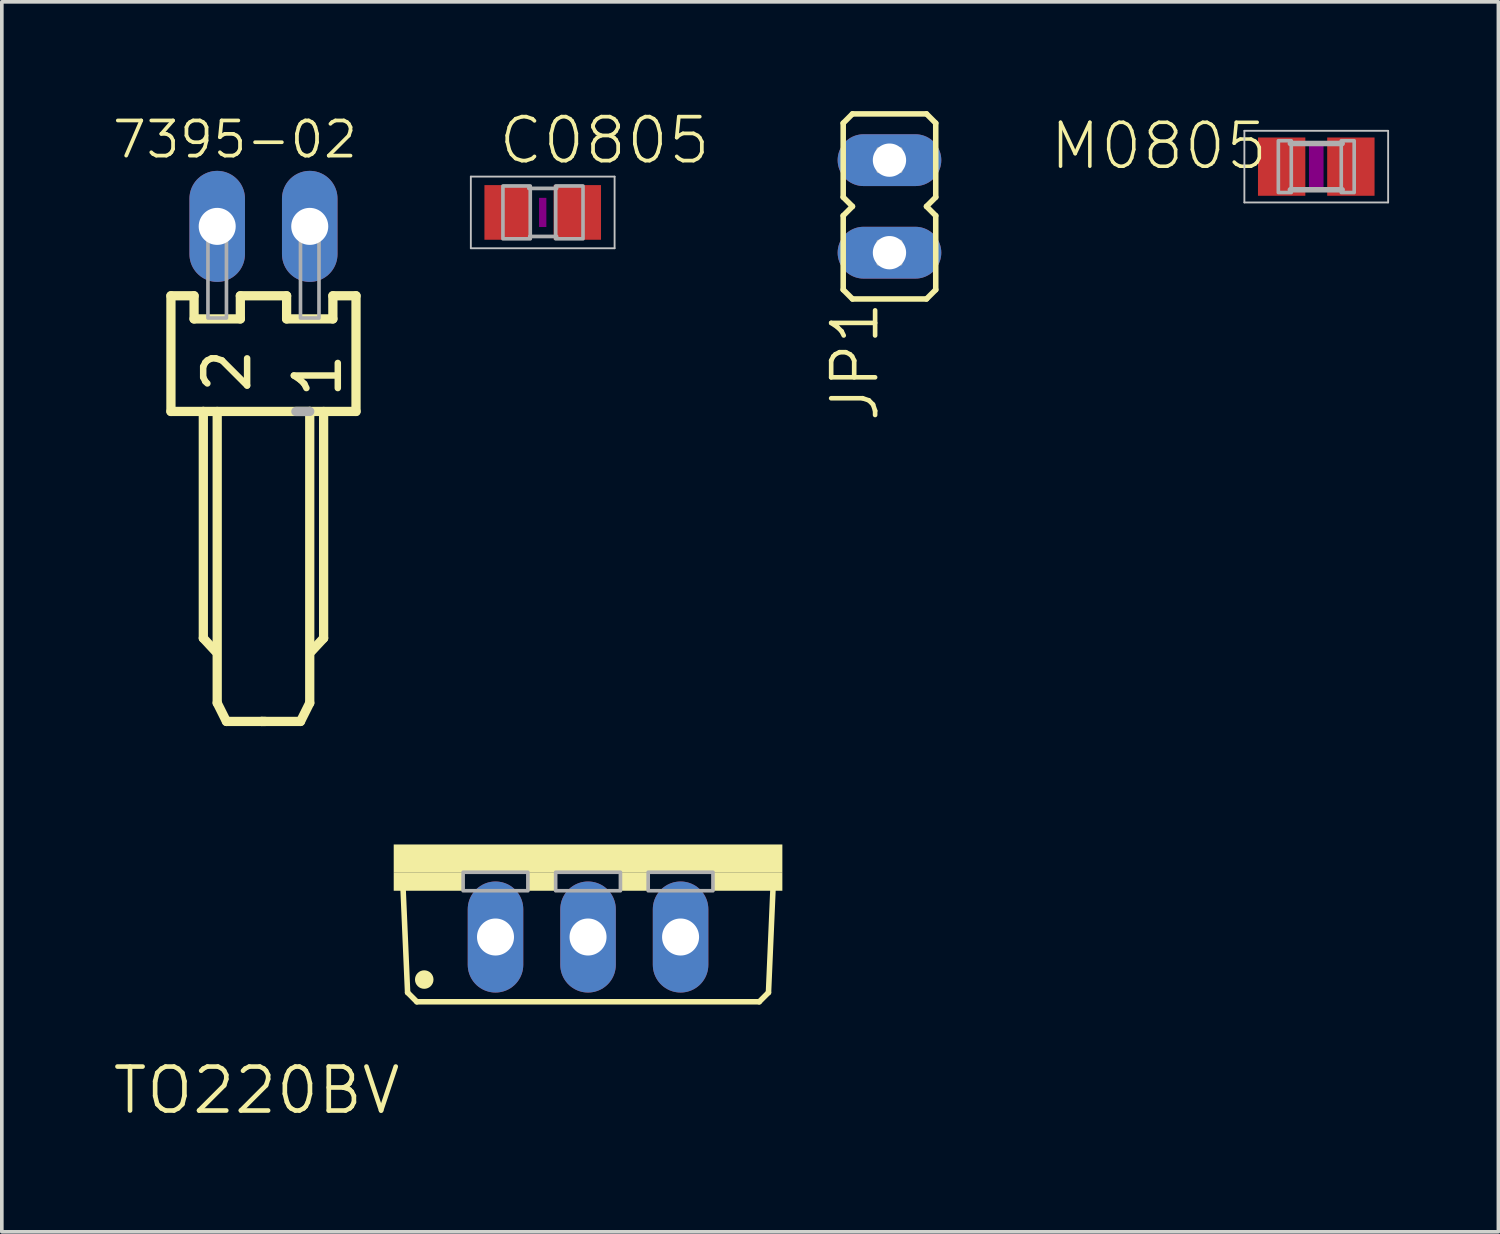
<source format=kicad_pcb>
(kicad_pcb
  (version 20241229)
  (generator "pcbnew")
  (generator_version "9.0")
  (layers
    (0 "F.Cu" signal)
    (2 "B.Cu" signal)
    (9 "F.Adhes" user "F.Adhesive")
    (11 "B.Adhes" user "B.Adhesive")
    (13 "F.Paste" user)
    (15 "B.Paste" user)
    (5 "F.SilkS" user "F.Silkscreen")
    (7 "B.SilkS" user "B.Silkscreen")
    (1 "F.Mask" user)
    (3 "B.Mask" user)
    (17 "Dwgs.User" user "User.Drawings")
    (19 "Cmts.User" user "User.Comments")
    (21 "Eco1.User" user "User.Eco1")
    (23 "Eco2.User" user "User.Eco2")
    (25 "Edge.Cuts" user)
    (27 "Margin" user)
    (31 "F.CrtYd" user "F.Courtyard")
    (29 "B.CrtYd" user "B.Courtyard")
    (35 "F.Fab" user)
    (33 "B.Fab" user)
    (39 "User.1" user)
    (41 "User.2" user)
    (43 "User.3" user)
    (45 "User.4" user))
  (footprint "7395-02"
    (layer "F.Cu")
    (at 4.182 3.164)
    (property "Reference" "7395-02" (at 2.64 -2.948 0) (layer "F.SilkS") (effects (font (size 0.965 0.965) (thickness 0.102)) (justify right top)))
    (attr through_hole)
    (fp_line (start -2.54 1.905) (end -2.54 5.08) (stroke (width 0.254) (type solid)) (layer "F.SilkS"))
    (fp_line (start -2.54 5.08) (end -1.651 5.08) (stroke (width 0.254) (type solid)) (layer "F.SilkS"))
    (fp_line (start -1.905 1.905) (end -2.54 1.905) (stroke (width 0.254) (type solid)) (layer "F.SilkS"))
    (fp_line (start -1.905 2.54) (end -1.905 1.905) (stroke (width 0.254) (type solid)) (layer "F.SilkS"))
    (fp_line (start -1.651 5.08) (end -1.651 11.303) (stroke (width 0.254) (type solid)) (layer "F.SilkS"))
    (fp_line (start -1.651 5.08) (end 1.27 5.08) (stroke (width 0.254) (type solid)) (layer "F.SilkS"))
    (fp_line (start -1.651 11.303) (end -1.321 11.659) (stroke (width 0.254) (type solid)) (layer "F.SilkS"))
    (fp_line (start -1.27 5.08) (end -1.27 13.081) (stroke (width 0.254) (type solid)) (layer "F.SilkS"))
    (fp_line (start -1.27 13.081) (end -1.016 13.589) (stroke (width 0.254) (type solid)) (layer "F.SilkS"))
    (fp_line (start -1.016 13.589) (end -0.051 13.589) (stroke (width 0.254) (type solid)) (layer "F.SilkS"))
    (fp_line (start -0.635 1.905) (end -0.635 2.54) (stroke (width 0.254) (type solid)) (layer "F.SilkS"))
    (fp_line (start -0.635 2.54) (end -1.905 2.54) (stroke (width 0.254) (type solid)) (layer "F.SilkS"))
    (fp_line (start -0.051 13.589) (end 0.051 13.589) (stroke (width 0.254) (type solid)) (layer "F.SilkS"))
    (fp_line (start 0.635 1.905) (end -0.635 1.905) (stroke (width 0.254) (type solid)) (layer "F.SilkS"))
    (fp_line (start 0.635 2.54) (end 0.635 1.905) (stroke (width 0.254) (type solid)) (layer "F.SilkS"))
    (fp_line (start 1.016 13.589) (end -0.051 13.589) (stroke (width 0.254) (type solid)) (layer "F.SilkS"))
    (fp_line (start 1.27 5.08) (end 1.27 13.081) (stroke (width 0.254) (type solid)) (layer "F.SilkS"))
    (fp_line (start 1.27 5.08) (end 2.54 5.08) (stroke (width 0.254) (type solid)) (layer "F.SilkS"))
    (fp_line (start 1.27 13.081) (end 1.016 13.589) (stroke (width 0.254) (type solid)) (layer "F.SilkS"))
    (fp_line (start 1.651 5.08) (end 1.651 11.303) (stroke (width 0.254) (type solid)) (layer "F.SilkS"))
    (fp_line (start 1.651 11.303) (end 1.321 11.659) (stroke (width 0.254) (type solid)) (layer "F.SilkS"))
    (fp_line (start 1.905 1.905) (end 1.905 2.54) (stroke (width 0.254) (type solid)) (layer "F.SilkS"))
    (fp_line (start 1.905 2.54) (end 0.635 2.54) (stroke (width 0.254) (type solid)) (layer "F.SilkS"))
    (fp_line (start 2.54 1.905) (end 1.905 1.905) (stroke (width 0.254) (type solid)) (layer "F.SilkS"))
    (fp_line (start 2.54 5.08) (end 2.54 1.905) (stroke (width 0.254) (type solid)) (layer "F.SilkS"))
    (fp_line (start 1.27 5.08) (end 0.889 5.08) (stroke (width 0.254) (type solid)) (layer "F.Fab"))
    (fp_poly (pts (xy -1.524 0.254) (xy -1.016 0.254) (xy -1.016 -0.254) (xy -1.524 -0.254)) (stroke (width 0.1) (type solid)) (fill no) (layer "F.Fab"))
    (fp_poly (pts (xy -1.524 2.515) (xy -1.016 2.515) (xy -1.016 0.279) (xy -1.524 0.279)) (stroke (width 0.1) (type solid)) (fill no) (layer "F.Fab"))
    (fp_poly (pts (xy 1.016 0.254) (xy 1.524 0.254) (xy 1.524 -0.254) (xy 1.016 -0.254)) (stroke (width 0.1) (type solid)) (fill no) (layer "F.Fab"))
    (fp_poly (pts (xy 1.016 2.515) (xy 1.524 2.515) (xy 1.524 0.279) (xy 1.016 0.279)) (stroke (width 0.1) (type solid)) (fill no) (layer "F.Fab"))
    (fp_text user "1" (at 0.786 3.402 90) (layer "F.SilkS") (effects (font (size 1.206 1.206) (thickness 0.178)) (justify right top)))
    (fp_text user "2" (at -1.703 3.275 90) (layer "F.SilkS") (effects (font (size 1.206 1.206) (thickness 0.178)) (justify right top)))
    (pad "1" thru_hole oval (at 1.27 0 90) (size 3.048 1.524) (drill 1.016) (layers "*.Cu" "*.Mask"))
    (pad "2" thru_hole oval (at -1.27 0 90) (size 3.048 1.524) (drill 1.016) (layers "*.Cu" "*.Mask")))
  (footprint "TO220BV"
    (layer "F.Cu")
    (at 13.091 20.13)
    (property "Reference" "TO220BV" (at -5.08 6.045 0) (layer "F.SilkS") (effects (font (size 1.206 1.206) (thickness 0.127)) (justify right top)))
    (attr through_hole)
    (fp_line (start -4.953 4.064) (end -5.08 1.143) (stroke (width 0.152) (type solid)) (layer "F.SilkS"))
    (fp_line (start -4.953 4.064) (end -4.699 4.318) (stroke (width 0.152) (type solid)) (layer "F.SilkS"))
    (fp_line (start 4.699 4.318) (end -4.699 4.318) (stroke (width 0.152) (type solid)) (layer "F.SilkS"))
    (fp_line (start 4.699 4.318) (end 4.953 4.064) (stroke (width 0.152) (type solid)) (layer "F.SilkS"))
    (fp_line (start 5.08 1.143) (end 4.953 4.064) (stroke (width 0.152) (type solid)) (layer "F.SilkS"))
    (fp_circle (center -4.496 3.708) (end -4.242 3.708) (stroke (width 0) (type solid)) (fill yes) (layer "F.SilkS"))
    (fp_poly (pts (xy -5.334 0.762) (xy 5.334 0.762) (xy 5.334 0) (xy -5.334 0)) (stroke (width 0) (type solid)) (fill yes) (layer "F.SilkS"))
    (fp_poly (pts (xy -5.334 1.27) (xy -3.429 1.27) (xy -3.429 0.762) (xy -5.334 0.762)) (stroke (width 0) (type solid)) (fill yes) (layer "F.SilkS"))
    (fp_poly (pts (xy -1.651 1.27) (xy -0.889 1.27) (xy -0.889 0.762) (xy -1.651 0.762)) (stroke (width 0) (type solid)) (fill yes) (layer "F.SilkS"))
    (fp_poly (pts (xy 0.889 1.27) (xy 1.651 1.27) (xy 1.651 0.762) (xy 0.889 0.762)) (stroke (width 0) (type solid)) (fill yes) (layer "F.SilkS"))
    (fp_poly (pts (xy 3.429 1.27) (xy 5.334 1.27) (xy 5.334 0.762) (xy 3.429 0.762)) (stroke (width 0) (type solid)) (fill yes) (layer "F.SilkS"))
    (fp_poly (pts (xy -3.429 1.27) (xy -1.651 1.27) (xy -1.651 0.762) (xy -3.429 0.762)) (stroke (width 0.1) (type solid)) (fill no) (layer "F.Fab"))
    (fp_poly (pts (xy -0.889 1.27) (xy 0.889 1.27) (xy 0.889 0.762) (xy -0.889 0.762)) (stroke (width 0.1) (type solid)) (fill no) (layer "F.Fab"))
    (fp_poly (pts (xy 1.651 1.27) (xy 3.429 1.27) (xy 3.429 0.762) (xy 1.651 0.762)) (stroke (width 0.1) (type solid)) (fill no) (layer "F.Fab"))
    (pad "D" thru_hole oval (at 0 2.54 90) (size 3.048 1.524) (drill 1.016) (layers "*.Cu" "*.Mask"))
    (pad "G" thru_hole oval (at -2.54 2.54 90) (size 3.048 1.524) (drill 1.016) (layers "*.Cu" "*.Mask"))
    (pad "S" thru_hole oval (at 2.54 2.54 90) (size 3.048 1.524) (drill 1.016) (layers "*.Cu" "*.Mask")))
  (footprint "JP1"
    (layer "F.Cu")
    (at 21.365 2.616)
    (property "Reference" "JP1" (at -1.651 2.54 90) (layer "F.SilkS") (effects (font (size 1.206 1.206) (thickness 0.127)) (justify right top)))
    (attr through_hole)
    (fp_line (start -1.27 -2.286) (end -1.27 -0.254) (stroke (width 0.152) (type solid)) (layer "F.SilkS"))
    (fp_line (start -1.27 -2.286) (end -1.016 -2.54) (stroke (width 0.152) (type solid)) (layer "F.SilkS"))
    (fp_line (start -1.27 0.254) (end -1.27 2.286) (stroke (width 0.152) (type solid)) (layer "F.SilkS"))
    (fp_line (start -1.016 0) (end -1.27 -0.254) (stroke (width 0.152) (type solid)) (layer "F.SilkS"))
    (fp_line (start -1.016 0) (end -1.27 0.254) (stroke (width 0.152) (type solid)) (layer "F.SilkS"))
    (fp_line (start -1.016 2.54) (end -1.27 2.286) (stroke (width 0.152) (type solid)) (layer "F.SilkS"))
    (fp_line (start -1.016 2.54) (end 1.016 2.54) (stroke (width 0.152) (type solid)) (layer "F.SilkS"))
    (fp_line (start 1.016 -2.54) (end -1.016 -2.54) (stroke (width 0.152) (type solid)) (layer "F.SilkS"))
    (fp_line (start 1.016 0) (end 1.27 -0.254) (stroke (width 0.152) (type solid)) (layer "F.SilkS"))
    (fp_line (start 1.016 0) (end 1.27 0.254) (stroke (width 0.152) (type solid)) (layer "F.SilkS"))
    (fp_line (start 1.016 2.54) (end 1.27 2.286) (stroke (width 0.152) (type solid)) (layer "F.SilkS"))
    (fp_line (start 1.27 -2.286) (end 1.016 -2.54) (stroke (width 0.152) (type solid)) (layer "F.SilkS"))
    (fp_line (start 1.27 -2.286) (end 1.27 -0.254) (stroke (width 0.152) (type solid)) (layer "F.SilkS"))
    (fp_line (start 1.27 0.254) (end 1.27 2.286) (stroke (width 0.152) (type solid)) (layer "F.SilkS"))
    (fp_poly (pts (xy -0.305 -0.965) (xy 0.305 -0.965) (xy 0.305 -1.575) (xy -0.305 -1.575)) (stroke (width 0.1) (type solid)) (fill no) (layer "F.Fab"))
    (fp_poly (pts (xy -0.305 1.575) (xy 0.305 1.575) (xy 0.305 0.965) (xy -0.305 0.965)) (stroke (width 0.1) (type solid)) (fill no) (layer "F.Fab"))
    (pad "1" thru_hole oval (at 0 1.27) (size 2.845 1.422) (drill 0.914) (layers "*.Cu" "*.Mask"))
    (pad "2" thru_hole oval (at 0 -1.27) (size 2.845 1.422) (drill 0.914) (layers "*.Cu" "*.Mask")))
  (footprint "M0805"
    (layer "F.Cu")
    (at 33.08 1.524)
    (property "Reference" "M0805" (at -1.27 -1.27 180) (layer "F.SilkS") (effects (font (size 1.206 1.206) (thickness 0.097)) (justify right top)))
    (attr through_hole)
    (fp_poly (pts (xy -0.2 0.6) (xy 0.2 0.6) (xy 0.2 -0.6) (xy -0.2 -0.6)) (stroke (width 0) (type solid)) (fill yes) (layer "F.Adhes"))
    (fp_line (start -1.973 -0.983) (end 1.973 -0.983) (stroke (width 0.051) (type solid)) (layer "Dwgs.User"))
    (fp_line (start -1.973 0.983) (end -1.973 -0.983) (stroke (width 0.051) (type solid)) (layer "Dwgs.User"))
    (fp_line (start 1.973 -0.983) (end 1.973 0.983) (stroke (width 0.051) (type solid)) (layer "Dwgs.User"))
    (fp_line (start 1.973 0.983) (end -1.973 0.983) (stroke (width 0.051) (type solid)) (layer "Dwgs.User"))
    (fp_line (start 0.711 -0.635) (end -0.711 -0.635) (stroke (width 0.152) (type solid)) (layer "F.Fab"))
    (fp_line (start 0.711 0.635) (end -0.711 0.635) (stroke (width 0.152) (type solid)) (layer "F.Fab"))
    (fp_poly (pts (xy -1.041 0.711) (xy -0.686 0.711) (xy -0.686 -0.711) (xy -1.041 -0.711)) (stroke (width 0.1) (type solid)) (fill no) (layer "F.Fab"))
    (fp_poly (pts (xy 0.686 0.711) (xy 1.041 0.711) (xy 1.041 -0.711) (xy 0.686 -0.711)) (stroke (width 0.1) (type solid)) (fill no) (layer "F.Fab"))
    (pad "1" smd rect (at -0.95 0) (size 1.3 1.6) (layers "F.Cu" "F.Mask" "F.Paste"))
    (pad "2" smd rect (at 0.95 0) (size 1.3 1.6) (layers "F.Cu" "F.Mask" "F.Paste")))
  (footprint "C0805"
    (layer "F.Cu")
    (at 11.847 2.781)
    (property "Reference" "C0805" (at -1.27 -1.27 0) (layer "F.SilkS") (effects (font (size 1.206 1.206) (thickness 0.102)) (justify left bottom)))
    (attr through_hole)
    (fp_poly (pts (xy -0.1 0.4) (xy 0.1 0.4) (xy 0.1 -0.4) (xy -0.1 -0.4)) (stroke (width 0) (type solid)) (fill yes) (layer "F.Adhes"))
    (fp_line (start -1.973 -0.983) (end 1.973 -0.983) (stroke (width 0.051) (type solid)) (layer "Dwgs.User"))
    (fp_line (start -1.973 0.983) (end -1.973 -0.983) (stroke (width 0.051) (type solid)) (layer "Dwgs.User"))
    (fp_line (start 1.973 -0.983) (end 1.973 0.983) (stroke (width 0.051) (type solid)) (layer "Dwgs.User"))
    (fp_line (start 1.973 0.983) (end -1.973 0.983) (stroke (width 0.051) (type solid)) (layer "Dwgs.User"))
    (fp_line (start -0.381 -0.66) (end 0.381 -0.66) (stroke (width 0.102) (type solid)) (layer "F.Fab"))
    (fp_line (start -0.356 0.66) (end 0.381 0.66) (stroke (width 0.102) (type solid)) (layer "F.Fab"))
    (fp_poly (pts (xy -1.092 0.724) (xy -0.342 0.724) (xy -0.342 -0.726) (xy -1.092 -0.726)) (stroke (width 0.1) (type solid)) (fill no) (layer "F.Fab"))
    (fp_poly (pts (xy 0.356 0.724) (xy 1.106 0.724) (xy 1.106 -0.726) (xy 0.356 -0.726)) (stroke (width 0.1) (type solid)) (fill no) (layer "F.Fab"))
    (pad "1" smd rect (at -0.95 0) (size 1.3 1.5) (layers "F.Cu" "F.Mask" "F.Paste"))
    (pad "2" smd rect (at 0.95 0) (size 1.3 1.5) (layers "F.Cu" "F.Mask" "F.Paste")))
  (gr_rect
    (start -3 -3)
    (end 38.079 30.762)
    (stroke (width 0.1) (type default))
    (fill no)
    (layer "Edge.Cuts")))
</source>
